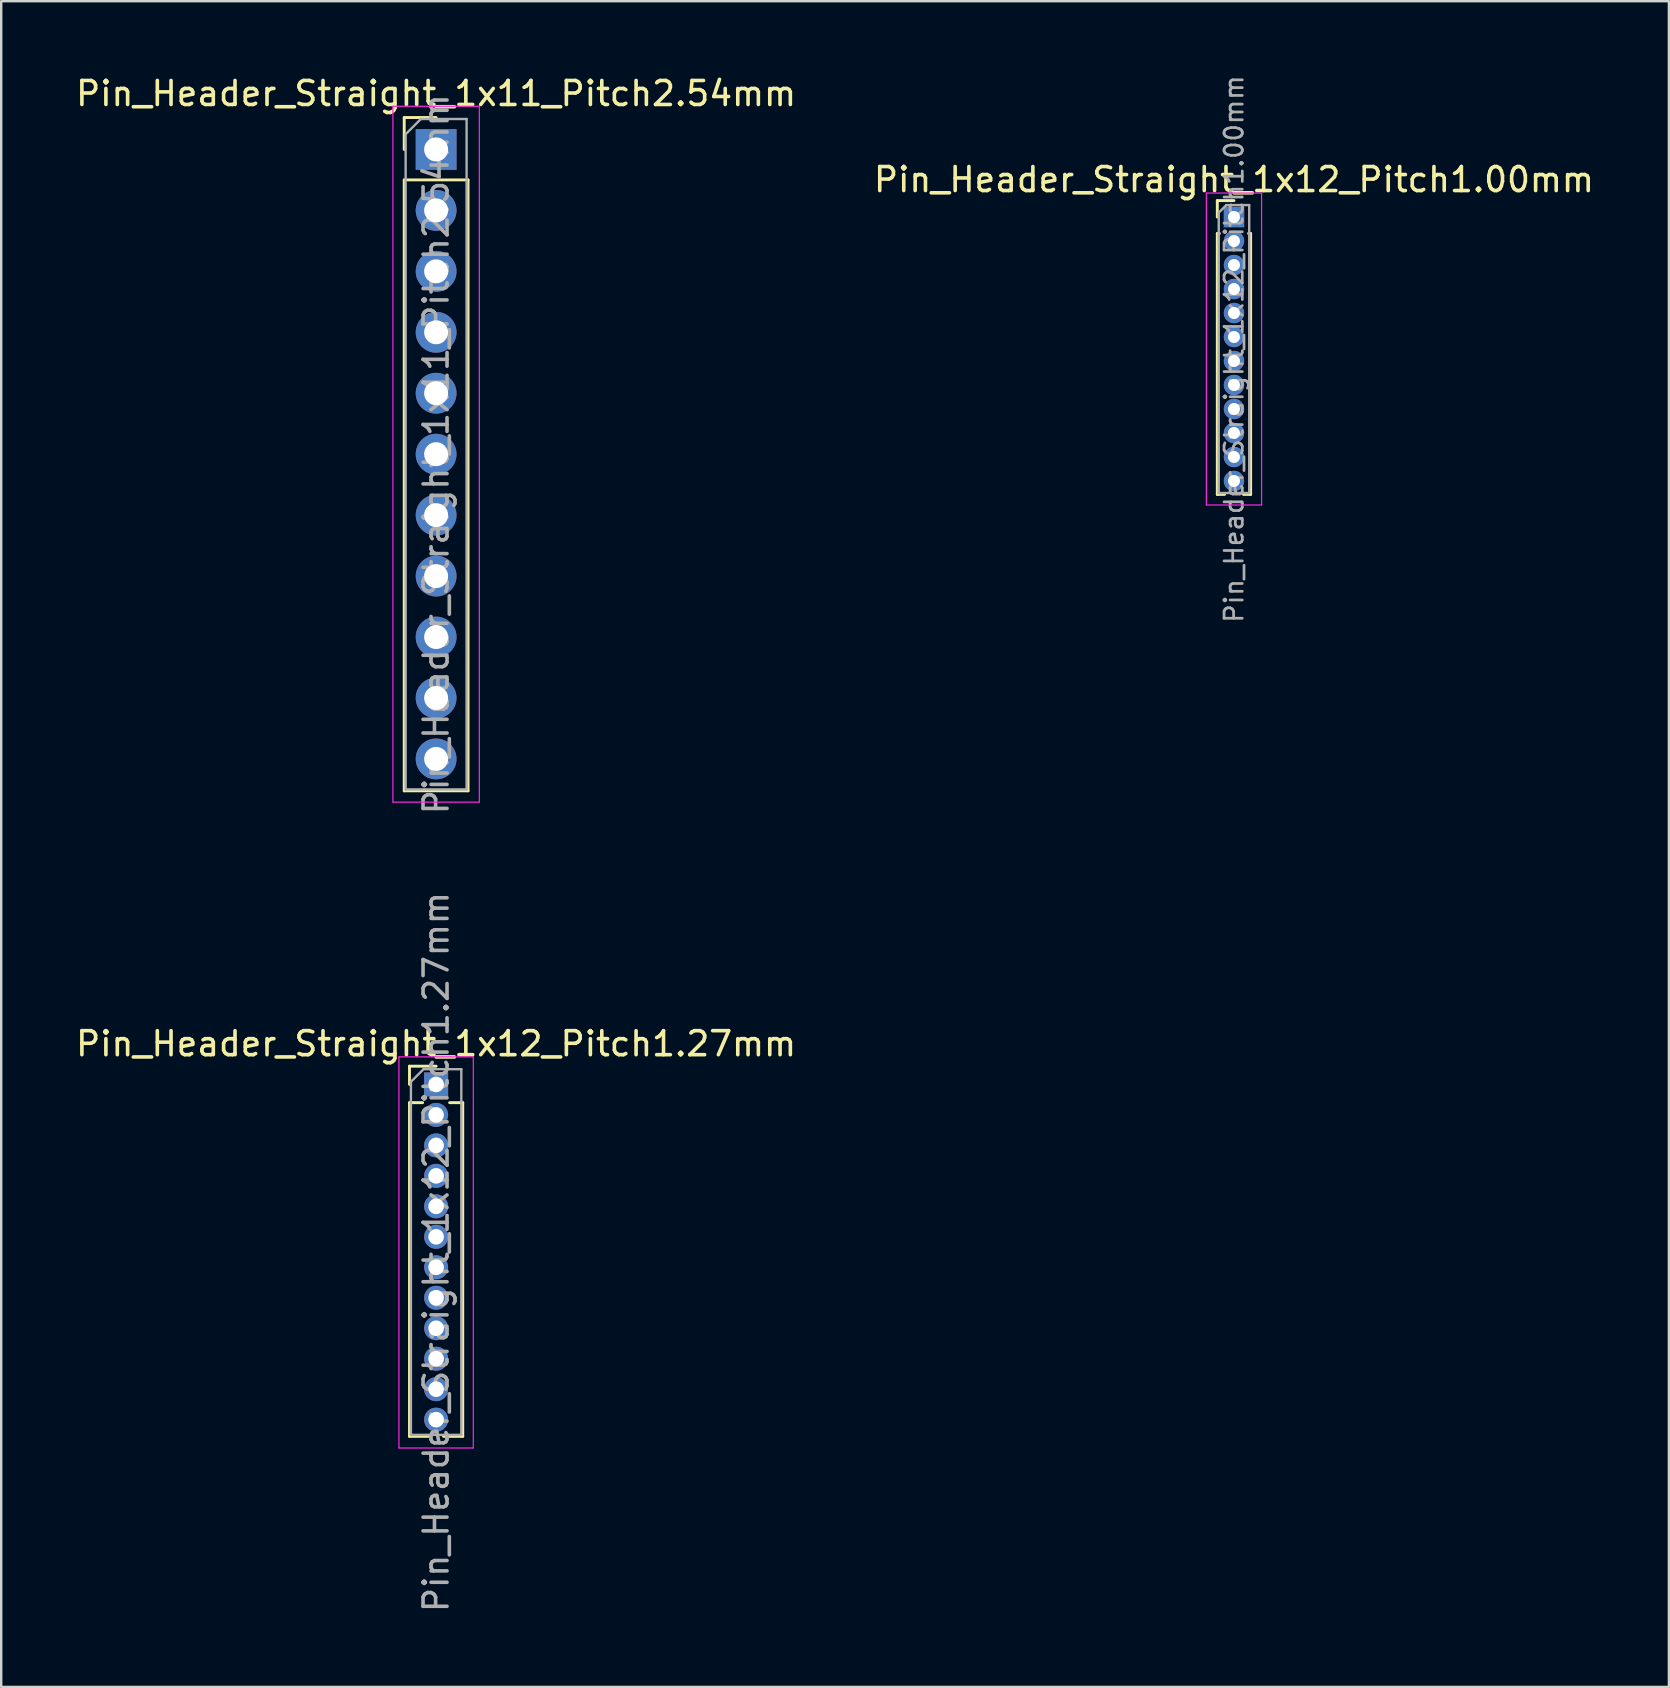
<source format=kicad_pcb>
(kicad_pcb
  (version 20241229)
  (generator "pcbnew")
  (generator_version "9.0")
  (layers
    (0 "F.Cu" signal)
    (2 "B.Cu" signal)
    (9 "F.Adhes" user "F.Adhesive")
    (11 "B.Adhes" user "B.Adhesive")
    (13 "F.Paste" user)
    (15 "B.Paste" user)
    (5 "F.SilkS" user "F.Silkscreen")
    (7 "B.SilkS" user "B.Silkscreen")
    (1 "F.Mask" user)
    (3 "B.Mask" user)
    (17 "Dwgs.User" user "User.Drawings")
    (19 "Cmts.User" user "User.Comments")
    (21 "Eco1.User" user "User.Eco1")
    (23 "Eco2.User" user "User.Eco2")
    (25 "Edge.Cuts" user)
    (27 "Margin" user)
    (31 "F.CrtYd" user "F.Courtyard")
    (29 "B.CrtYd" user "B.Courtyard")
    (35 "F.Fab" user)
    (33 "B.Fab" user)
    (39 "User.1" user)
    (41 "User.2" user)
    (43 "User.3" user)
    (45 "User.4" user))
  (footprint "Pin_Header_Straight_1x11_Pitch2.54mm"
    (layer "F.Cu")
    (at 15.125 3.178)
    (property "Reference" "Pin_Header_Straight_1x11_Pitch2.54mm" (at 0 -2.33 0) (layer "F.SilkS") (effects (font (size 1 1) (thickness 0.15))))
    (attr through_hole)
    (fp_line (start -1.33 -1.33) (end 0 -1.33) (stroke (width 0.12) (type solid)) (layer "F.SilkS"))
    (fp_line (start -1.33 0) (end -1.33 -1.33) (stroke (width 0.12) (type solid)) (layer "F.SilkS"))
    (fp_line (start -1.33 1.27) (end -1.33 26.73) (stroke (width 0.12) (type solid)) (layer "F.SilkS"))
    (fp_line (start -1.33 1.27) (end 1.33 1.27) (stroke (width 0.12) (type solid)) (layer "F.SilkS"))
    (fp_line (start -1.33 26.73) (end 1.33 26.73) (stroke (width 0.12) (type solid)) (layer "F.SilkS"))
    (fp_line (start 1.33 1.27) (end 1.33 26.73) (stroke (width 0.12) (type solid)) (layer "F.SilkS"))
    (fp_line (start -1.8 -1.8) (end -1.8 27.2) (stroke (width 0.05) (type solid)) (layer "F.CrtYd"))
    (fp_line (start -1.8 27.2) (end 1.8 27.2) (stroke (width 0.05) (type solid)) (layer "F.CrtYd"))
    (fp_line (start 1.8 -1.8) (end -1.8 -1.8) (stroke (width 0.05) (type solid)) (layer "F.CrtYd"))
    (fp_line (start 1.8 27.2) (end 1.8 -1.8) (stroke (width 0.05) (type solid)) (layer "F.CrtYd"))
    (fp_line (start -1.27 -0.635) (end -0.635 -1.27) (stroke (width 0.1) (type solid)) (layer "F.Fab"))
    (fp_line (start -1.27 26.67) (end -1.27 -0.635) (stroke (width 0.1) (type solid)) (layer "F.Fab"))
    (fp_line (start -0.635 -1.27) (end 1.27 -1.27) (stroke (width 0.1) (type solid)) (layer "F.Fab"))
    (fp_line (start 1.27 -1.27) (end 1.27 26.67) (stroke (width 0.1) (type solid)) (layer "F.Fab"))
    (fp_line (start 1.27 26.67) (end -1.27 26.67) (stroke (width 0.1) (type solid)) (layer "F.Fab"))
    (fp_text user "${REFERENCE}" (at 0 12.7 90) (layer "F.Fab") (effects (font (size 1 1) (thickness 0.15))))
    (pad "1" thru_hole rect (at 0 0) (size 1.7 1.7) (drill 1) (layers "*.Cu" "*.Mask"))
    (pad "2" thru_hole oval (at 0 2.54) (size 1.7 1.7) (drill 1) (layers "*.Cu" "*.Mask"))
    (pad "3" thru_hole oval (at 0 5.08) (size 1.7 1.7) (drill 1) (layers "*.Cu" "*.Mask"))
    (pad "4" thru_hole oval (at 0 7.62) (size 1.7 1.7) (drill 1) (layers "*.Cu" "*.Mask"))
    (pad "5" thru_hole oval (at 0 10.16) (size 1.7 1.7) (drill 1) (layers "*.Cu" "*.Mask"))
    (pad "6" thru_hole oval (at 0 12.7) (size 1.7 1.7) (drill 1) (layers "*.Cu" "*.Mask"))
    (pad "7" thru_hole oval (at 0 15.24) (size 1.7 1.7) (drill 1) (layers "*.Cu" "*.Mask"))
    (pad "8" thru_hole oval (at 0 17.78) (size 1.7 1.7) (drill 1) (layers "*.Cu" "*.Mask"))
    (pad "9" thru_hole oval (at 0 20.32) (size 1.7 1.7) (drill 1) (layers "*.Cu" "*.Mask"))
    (pad "10" thru_hole oval (at 0 22.86) (size 1.7 1.7) (drill 1) (layers "*.Cu" "*.Mask"))
    (pad "11" thru_hole oval (at 0 25.4) (size 1.7 1.7) (drill 1) (layers "*.Cu" "*.Mask")))
  (footprint "Pin_Header_Straight_1x12_Pitch1.27mm"
    (layer "F.Cu")
    (at 15.125 42.143)
    (property "Reference" "Pin_Header_Straight_1x12_Pitch1.27mm" (at 0 -1.695 0) (layer "F.SilkS") (effects (font (size 1 1) (thickness 0.15))))
    (attr through_hole)
    (fp_line (start -1.11 -0.76) (end 0 -0.76) (stroke (width 0.12) (type solid)) (layer "F.SilkS"))
    (fp_line (start -1.11 0) (end -1.11 -0.76) (stroke (width 0.12) (type solid)) (layer "F.SilkS"))
    (fp_line (start -1.11 0.76) (end -1.11 14.665) (stroke (width 0.12) (type solid)) (layer "F.SilkS"))
    (fp_line (start -1.11 0.76) (end -0.563 0.76) (stroke (width 0.12) (type solid)) (layer "F.SilkS"))
    (fp_line (start -1.11 14.665) (end -0.308 14.665) (stroke (width 0.12) (type solid)) (layer "F.SilkS"))
    (fp_line (start 0.308 14.665) (end 1.11 14.665) (stroke (width 0.12) (type solid)) (layer "F.SilkS"))
    (fp_line (start 0.563 0.76) (end 1.11 0.76) (stroke (width 0.12) (type solid)) (layer "F.SilkS"))
    (fp_line (start 1.11 0.76) (end 1.11 14.665) (stroke (width 0.12) (type solid)) (layer "F.SilkS"))
    (fp_line (start -1.55 -1.15) (end -1.55 15.15) (stroke (width 0.05) (type solid)) (layer "F.CrtYd"))
    (fp_line (start -1.55 15.15) (end 1.55 15.15) (stroke (width 0.05) (type solid)) (layer "F.CrtYd"))
    (fp_line (start 1.55 -1.15) (end -1.55 -1.15) (stroke (width 0.05) (type solid)) (layer "F.CrtYd"))
    (fp_line (start 1.55 15.15) (end 1.55 -1.15) (stroke (width 0.05) (type solid)) (layer "F.CrtYd"))
    (fp_line (start -1.05 -0.11) (end -0.525 -0.635) (stroke (width 0.1) (type solid)) (layer "F.Fab"))
    (fp_line (start -1.05 14.605) (end -1.05 -0.11) (stroke (width 0.1) (type solid)) (layer "F.Fab"))
    (fp_line (start -0.525 -0.635) (end 1.05 -0.635) (stroke (width 0.1) (type solid)) (layer "F.Fab"))
    (fp_line (start 1.05 -0.635) (end 1.05 14.605) (stroke (width 0.1) (type solid)) (layer "F.Fab"))
    (fp_line (start 1.05 14.605) (end -1.05 14.605) (stroke (width 0.1) (type solid)) (layer "F.Fab"))
    (fp_text user "${REFERENCE}" (at 0 6.985 90) (layer "F.Fab") (effects (font (size 1 1) (thickness 0.15))))
    (pad "1" thru_hole rect (at 0 0) (size 1 1) (drill 0.65) (layers "*.Cu" "*.Mask"))
    (pad "2" thru_hole oval (at 0 1.27) (size 1 1) (drill 0.65) (layers "*.Cu" "*.Mask"))
    (pad "3" thru_hole oval (at 0 2.54) (size 1 1) (drill 0.65) (layers "*.Cu" "*.Mask"))
    (pad "4" thru_hole oval (at 0 3.81) (size 1 1) (drill 0.65) (layers "*.Cu" "*.Mask"))
    (pad "5" thru_hole oval (at 0 5.08) (size 1 1) (drill 0.65) (layers "*.Cu" "*.Mask"))
    (pad "6" thru_hole oval (at 0 6.35) (size 1 1) (drill 0.65) (layers "*.Cu" "*.Mask"))
    (pad "7" thru_hole oval (at 0 7.62) (size 1 1) (drill 0.65) (layers "*.Cu" "*.Mask"))
    (pad "8" thru_hole oval (at 0 8.89) (size 1 1) (drill 0.65) (layers "*.Cu" "*.Mask"))
    (pad "9" thru_hole oval (at 0 10.16) (size 1 1) (drill 0.65) (layers "*.Cu" "*.Mask"))
    (pad "10" thru_hole oval (at 0 11.43) (size 1 1) (drill 0.65) (layers "*.Cu" "*.Mask"))
    (pad "11" thru_hole oval (at 0 12.7) (size 1 1) (drill 0.65) (layers "*.Cu" "*.Mask"))
    (pad "12" thru_hole oval (at 0 13.97) (size 1 1) (drill 0.65) (layers "*.Cu" "*.Mask")))
  (footprint "Pin_Header_Straight_1x12_Pitch1.00mm"
    (layer "F.Cu")
    (at 48.375 5.995)
    (property "Reference" "Pin_Header_Straight_1x12_Pitch1.00mm" (at 0 -1.56 0) (layer "F.SilkS") (effects (font (size 1 1) (thickness 0.15))))
    (attr through_hole)
    (fp_line (start -0.695 -0.685) (end 0 -0.685) (stroke (width 0.12) (type solid)) (layer "F.SilkS"))
    (fp_line (start -0.695 0) (end -0.695 -0.685) (stroke (width 0.12) (type solid)) (layer "F.SilkS"))
    (fp_line (start -0.695 0.685) (end -0.695 11.56) (stroke (width 0.12) (type solid)) (layer "F.SilkS"))
    (fp_line (start -0.695 0.685) (end -0.608 0.685) (stroke (width 0.12) (type solid)) (layer "F.SilkS"))
    (fp_line (start -0.695 11.56) (end -0.394 11.56) (stroke (width 0.12) (type solid)) (layer "F.SilkS"))
    (fp_line (start 0.394 11.56) (end 0.695 11.56) (stroke (width 0.12) (type solid)) (layer "F.SilkS"))
    (fp_line (start 0.608 0.685) (end 0.695 0.685) (stroke (width 0.12) (type solid)) (layer "F.SilkS"))
    (fp_line (start 0.695 0.685) (end 0.695 11.56) (stroke (width 0.12) (type solid)) (layer "F.SilkS"))
    (fp_line (start -1.15 -1) (end -1.15 12) (stroke (width 0.05) (type solid)) (layer "F.CrtYd"))
    (fp_line (start -1.15 12) (end 1.15 12) (stroke (width 0.05) (type solid)) (layer "F.CrtYd"))
    (fp_line (start 1.15 -1) (end -1.15 -1) (stroke (width 0.05) (type solid)) (layer "F.CrtYd"))
    (fp_line (start 1.15 12) (end 1.15 -1) (stroke (width 0.05) (type solid)) (layer "F.CrtYd"))
    (fp_line (start -0.635 -0.182) (end -0.318 -0.5) (stroke (width 0.1) (type solid)) (layer "F.Fab"))
    (fp_line (start -0.635 11.5) (end -0.635 -0.182) (stroke (width 0.1) (type solid)) (layer "F.Fab"))
    (fp_line (start -0.318 -0.5) (end 0.635 -0.5) (stroke (width 0.1) (type solid)) (layer "F.Fab"))
    (fp_line (start 0.635 -0.5) (end 0.635 11.5) (stroke (width 0.1) (type solid)) (layer "F.Fab"))
    (fp_line (start 0.635 11.5) (end -0.635 11.5) (stroke (width 0.1) (type solid)) (layer "F.Fab"))
    (fp_text user "${REFERENCE}" (at 0 5.5 90) (layer "F.Fab") (effects (font (size 0.76 0.76) (thickness 0.114))))
    (pad "1" thru_hole rect (at 0 0) (size 0.85 0.85) (drill 0.5) (layers "*.Cu" "*.Mask"))
    (pad "2" thru_hole oval (at 0 1) (size 0.85 0.85) (drill 0.5) (layers "*.Cu" "*.Mask"))
    (pad "3" thru_hole oval (at 0 2) (size 0.85 0.85) (drill 0.5) (layers "*.Cu" "*.Mask"))
    (pad "4" thru_hole oval (at 0 3) (size 0.85 0.85) (drill 0.5) (layers "*.Cu" "*.Mask"))
    (pad "5" thru_hole oval (at 0 4) (size 0.85 0.85) (drill 0.5) (layers "*.Cu" "*.Mask"))
    (pad "6" thru_hole oval (at 0 5) (size 0.85 0.85) (drill 0.5) (layers "*.Cu" "*.Mask"))
    (pad "7" thru_hole oval (at 0 6) (size 0.85 0.85) (drill 0.5) (layers "*.Cu" "*.Mask"))
    (pad "8" thru_hole oval (at 0 7) (size 0.85 0.85) (drill 0.5) (layers "*.Cu" "*.Mask"))
    (pad "9" thru_hole oval (at 0 8) (size 0.85 0.85) (drill 0.5) (layers "*.Cu" "*.Mask"))
    (pad "10" thru_hole oval (at 0 9) (size 0.85 0.85) (drill 0.5) (layers "*.Cu" "*.Mask"))
    (pad "11" thru_hole oval (at 0 10) (size 0.85 0.85) (drill 0.5) (layers "*.Cu" "*.Mask"))
    (pad "12" thru_hole oval (at 0 11) (size 0.85 0.85) (drill 0.5) (layers "*.Cu" "*.Mask")))
  (gr_rect
    (start -3 -3)
    (end 66.5 67.253)
    (stroke (width 0.1) (type default))
    (fill no)
    (layer "Edge.Cuts")))
</source>
